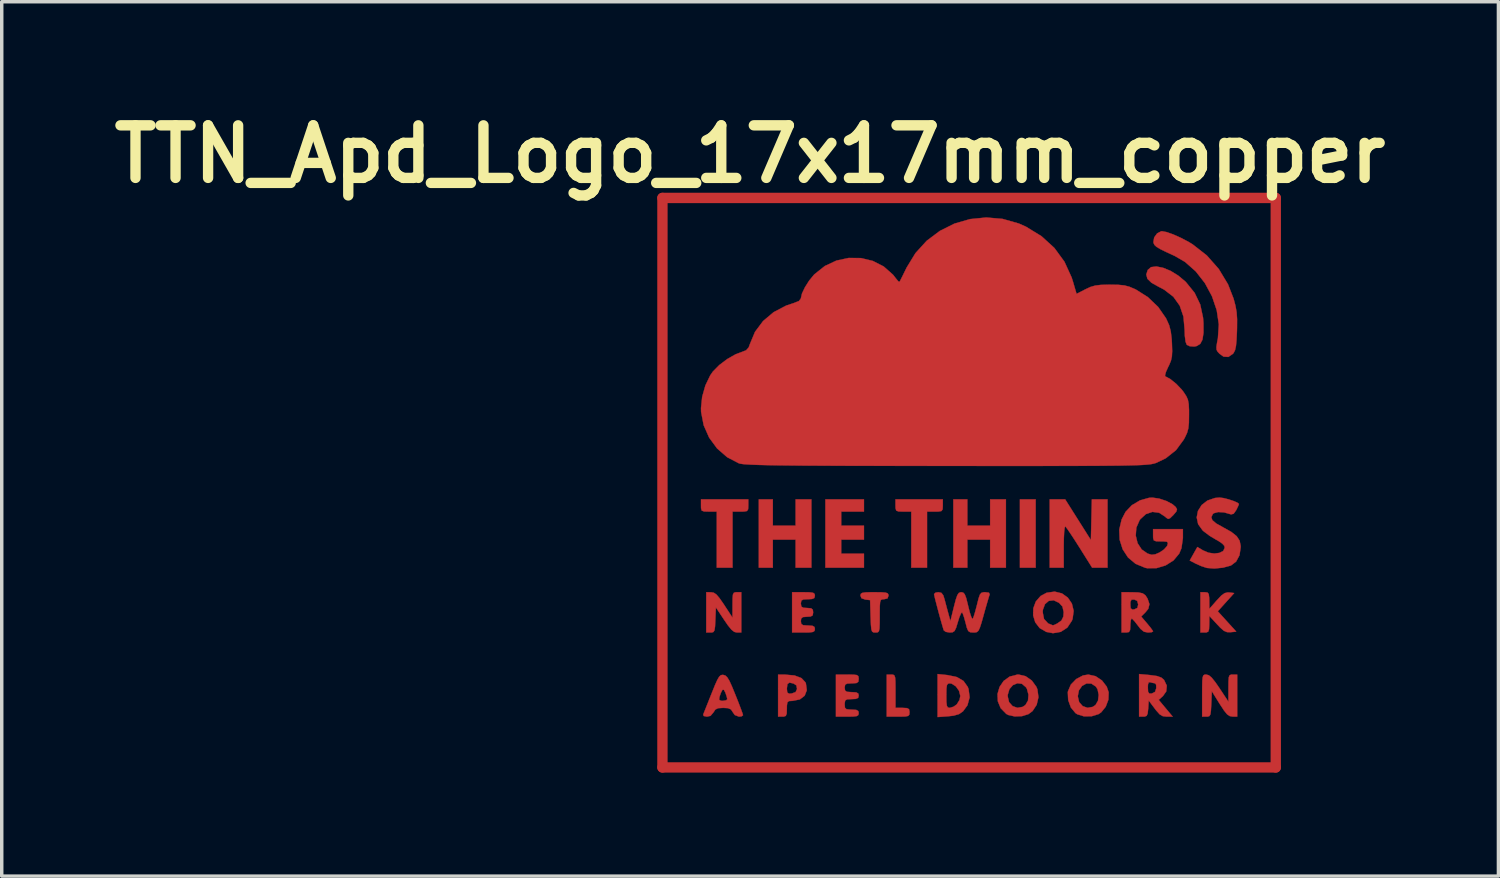
<source format=kicad_pcb>
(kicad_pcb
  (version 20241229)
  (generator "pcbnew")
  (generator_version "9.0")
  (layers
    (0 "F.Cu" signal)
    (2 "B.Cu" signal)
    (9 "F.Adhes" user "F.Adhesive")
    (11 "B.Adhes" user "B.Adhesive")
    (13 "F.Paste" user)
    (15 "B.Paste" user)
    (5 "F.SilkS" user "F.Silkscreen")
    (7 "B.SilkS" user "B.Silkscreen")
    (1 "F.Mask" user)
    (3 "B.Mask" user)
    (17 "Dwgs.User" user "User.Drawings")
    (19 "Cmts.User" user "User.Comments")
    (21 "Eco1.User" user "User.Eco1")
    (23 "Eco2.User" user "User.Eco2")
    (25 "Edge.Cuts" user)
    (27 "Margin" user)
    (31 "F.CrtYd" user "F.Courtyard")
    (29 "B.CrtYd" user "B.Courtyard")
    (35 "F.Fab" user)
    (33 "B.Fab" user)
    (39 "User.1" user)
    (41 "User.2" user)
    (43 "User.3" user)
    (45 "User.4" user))
  (footprint "TTN_Apd_Logo_17x17mm_copper"
    (layer "F.Cu")
    (at 25.044 10.308)
    (property "Reference" "TTN_Apd_Logo_17x17mm_copper" (at -6.35 -8.89 0) (layer "F.SilkS") (effects (font (size 1.524 1.524) (thickness 0.3))))
    (attr through_hole)
    (fp_line (start -8.89 -7.62) (end -8.89 8.89) (stroke (width 0.3) (type solid)) (layer "F.Cu"))
    (fp_line (start -8.89 8.89) (end 8.89 8.89) (stroke (width 0.3) (type solid)) (layer "F.Cu"))
    (fp_line (start 8.89 -7.62) (end -8.89 -7.62) (stroke (width 0.3) (type solid)) (layer "F.Cu"))
    (fp_line (start 8.89 8.89) (end 8.89 -7.62) (stroke (width 0.3) (type solid)) (layer "F.Cu"))
    (fp_poly (pts (xy 1.93 3.099) (xy 1.473 3.099) (xy 1.473 1.118) (xy 1.93 1.118) (xy 1.93 3.099)) (stroke (width 0.01) (type solid)) (fill yes) (layer "F.Cu"))
    (fp_poly (pts (xy -5.69 1.88) (xy -5.029 1.88) (xy -5.029 1.118) (xy -4.572 1.118) (xy -4.572 3.099) (xy -5.029 3.099) (xy -5.029 2.286) (xy -5.69 2.286) (xy -5.69 3.099) (xy -6.096 3.099) (xy -6.096 1.118) (xy -5.69 1.118) (xy -5.69 1.88)) (stroke (width 0.01) (type solid)) (fill yes) (layer "F.Cu"))
    (fp_poly (pts (xy -3.048 1.473) (xy -3.708 1.473) (xy -3.708 1.88) (xy -3.048 1.88) (xy -3.048 2.286) (xy -3.708 2.286) (xy -3.708 2.692) (xy -3.048 2.692) (xy -3.048 3.099) (xy -4.166 3.099) (xy -4.166 1.118) (xy -3.048 1.118) (xy -3.048 1.473)) (stroke (width 0.01) (type solid)) (fill yes) (layer "F.Cu"))
    (fp_poly (pts (xy -0.051 1.88) (xy 0.61 1.88) (xy 0.61 1.118) (xy 1.067 1.118) (xy 1.067 3.099) (xy 0.61 3.099) (xy 0.61 2.286) (xy -0.051 2.286) (xy -0.051 3.099) (xy -0.457 3.099) (xy -0.457 1.118) (xy -0.051 1.118) (xy -0.051 1.88)) (stroke (width 0.01) (type solid)) (fill yes) (layer "F.Cu"))
    (fp_poly (pts (xy -6.401 1.295) (xy -6.406 1.405) (xy -6.439 1.456) (xy -6.528 1.472) (xy -6.629 1.473) (xy -6.858 1.473) (xy -6.858 3.099) (xy -7.315 3.099) (xy -7.315 1.473) (xy -7.544 1.473) (xy -7.684 1.469) (xy -7.751 1.444) (xy -7.771 1.375) (xy -7.772 1.295) (xy -7.772 1.118) (xy -6.401 1.118) (xy -6.401 1.295)) (stroke (width 0.01) (type solid)) (fill yes) (layer "F.Cu"))
    (fp_poly (pts (xy -0.762 1.295) (xy -0.767 1.405) (xy -0.8 1.456) (xy -0.889 1.472) (xy -0.991 1.473) (xy -1.219 1.473) (xy -1.219 3.099) (xy -1.676 3.099) (xy -1.676 1.473) (xy -1.905 1.473) (xy -2.045 1.469) (xy -2.112 1.444) (xy -2.132 1.375) (xy -2.134 1.295) (xy -2.134 1.118) (xy -0.762 1.118) (xy -0.762 1.295)) (stroke (width 0.01) (type solid)) (fill yes) (layer "F.Cu"))
    (fp_poly (pts (xy -2.202 6.201) (xy -2.165 6.224) (xy -2.144 6.285) (xy -2.136 6.403) (xy -2.134 6.599) (xy -2.134 6.68) (xy -2.134 7.163) (xy -1.93 7.163) (xy -1.799 7.17) (xy -1.741 7.202) (xy -1.727 7.279) (xy -1.727 7.29) (xy -1.733 7.358) (xy -1.766 7.396) (xy -1.848 7.413) (xy -2.003 7.417) (xy -2.057 7.417) (xy -2.388 7.417) (xy -2.388 6.198) (xy -2.261 6.198) (xy -2.202 6.201)) (stroke (width 0.01) (type solid)) (fill yes) (layer "F.Cu"))
    (fp_poly (pts (xy 3.158 1.708) (xy 3.531 2.299) (xy 3.559 1.118) (xy 4.013 1.118) (xy 4.013 3.099) (xy 3.567 3.099) (xy 3.2 2.514) (xy 3.062 2.297) (xy 2.941 2.113) (xy 2.848 1.977) (xy 2.794 1.907) (xy 2.788 1.901) (xy 2.771 1.938) (xy 2.756 2.058) (xy 2.747 2.243) (xy 2.743 2.476) (xy 2.743 2.486) (xy 2.743 3.099) (xy 2.337 3.099) (xy 2.337 1.118) (xy 2.785 1.118) (xy 3.158 1.708)) (stroke (width 0.01) (type solid)) (fill yes) (layer "F.Cu"))
    (fp_poly (pts (xy -6.604 4.978) (xy -6.731 4.978) (xy -6.807 4.96) (xy -6.889 4.896) (xy -6.992 4.77) (xy -7.099 4.614) (xy -7.341 4.25) (xy -7.356 4.614) (xy -7.365 4.803) (xy -7.381 4.912) (xy -7.411 4.963) (xy -7.463 4.978) (xy -7.495 4.978) (xy -7.62 4.978) (xy -7.62 3.81) (xy -7.48 3.811) (xy -7.402 3.825) (xy -7.326 3.876) (xy -7.236 3.982) (xy -7.114 4.157) (xy -7.1 4.179) (xy -6.859 4.547) (xy -6.858 4.178) (xy -6.856 3.988) (xy -6.846 3.878) (xy -6.82 3.827) (xy -6.77 3.811) (xy -6.731 3.81) (xy -6.604 3.81) (xy -6.604 4.978)) (stroke (width 0.01) (type solid)) (fill yes) (layer "F.Cu"))
    (fp_poly (pts (xy 6.91 3.819) (xy 6.947 3.864) (xy 6.96 3.97) (xy 6.962 4.051) (xy 6.964 4.293) (xy 7.18 4.047) (xy 7.311 3.908) (xy 7.409 3.837) (xy 7.499 3.816) (xy 7.541 3.818) (xy 7.685 3.835) (xy 7.447 4.099) (xy 7.209 4.363) (xy 7.477 4.658) (xy 7.745 4.953) (xy 7.579 4.969) (xy 7.477 4.967) (xy 7.386 4.928) (xy 7.279 4.835) (xy 7.189 4.74) (xy 6.964 4.496) (xy 6.962 4.737) (xy 6.956 4.883) (xy 6.932 4.954) (xy 6.875 4.977) (xy 6.833 4.978) (xy 6.706 4.978) (xy 6.706 3.81) (xy 6.833 3.81) (xy 6.91 3.819)) (stroke (width 0.01) (type solid)) (fill yes) (layer "F.Cu"))
    (fp_poly (pts (xy 5.623 -5.595) (xy 5.839 -5.506) (xy 6.06 -5.371) (xy 6.269 -5.197) (xy 6.289 -5.176) (xy 6.539 -4.867) (xy 6.7 -4.532) (xy 6.782 -4.15) (xy 6.794 -3.993) (xy 6.795 -3.71) (xy 6.765 -3.512) (xy 6.7 -3.388) (xy 6.594 -3.325) (xy 6.526 -3.312) (xy 6.397 -3.321) (xy 6.312 -3.361) (xy 6.276 -3.45) (xy 6.254 -3.622) (xy 6.248 -3.796) (xy 6.214 -4.181) (xy 6.106 -4.498) (xy 5.921 -4.756) (xy 5.653 -4.962) (xy 5.504 -5.04) (xy 5.29 -5.159) (xy 5.169 -5.276) (xy 5.137 -5.401) (xy 5.179 -5.532) (xy 5.275 -5.614) (xy 5.429 -5.633) (xy 5.623 -5.595)) (stroke (width 0.01) (type solid)) (fill yes) (layer "F.Cu"))
    (fp_poly (pts (xy -5.347 6.198) (xy -5.06 6.224) (xy -4.858 6.301) (xy -4.742 6.427) (xy -4.731 6.455) (xy -4.705 6.651) (xy -4.767 6.81) (xy -4.906 6.917) (xy -5.112 6.959) (xy -5.127 6.96) (xy -5.223 6.966) (xy -5.269 7.003) (xy -5.282 7.1) (xy -5.283 7.188) (xy -5.288 7.329) (xy -5.314 7.396) (xy -5.376 7.416) (xy -5.41 7.417) (xy -5.537 7.417) (xy -5.537 6.61) (xy -5.283 6.61) (xy -5.272 6.717) (xy -5.22 6.751) (xy -5.144 6.747) (xy -5.029 6.705) (xy -4.988 6.616) (xy -5.007 6.511) (xy -5.089 6.457) (xy -5.208 6.43) (xy -5.267 6.474) (xy -5.283 6.601) (xy -5.283 6.61) (xy -5.537 6.61) (xy -5.537 6.198) (xy -5.347 6.198)) (stroke (width 0.01) (type solid)) (fill yes) (layer "F.Cu"))
    (fp_poly (pts (xy -2.541 3.812) (xy -2.419 3.822) (xy -2.359 3.844) (xy -2.338 3.885) (xy -2.337 3.912) (xy -2.367 3.991) (xy -2.464 4.013) (xy -2.523 4.017) (xy -2.56 4.039) (xy -2.58 4.1) (xy -2.589 4.219) (xy -2.591 4.414) (xy -2.591 4.496) (xy -2.592 4.719) (xy -2.598 4.86) (xy -2.614 4.938) (xy -2.645 4.971) (xy -2.696 4.978) (xy -2.716 4.978) (xy -2.775 4.974) (xy -2.812 4.949) (xy -2.834 4.883) (xy -2.846 4.758) (xy -2.854 4.553) (xy -2.856 4.508) (xy -2.87 4.039) (xy -3.01 4.023) (xy -3.12 3.984) (xy -3.15 3.908) (xy -3.14 3.859) (xy -3.099 3.83) (xy -3.005 3.815) (xy -2.838 3.81) (xy -2.743 3.81) (xy -2.541 3.812)) (stroke (width 0.01) (type solid)) (fill yes) (layer "F.Cu"))
    (fp_poly (pts (xy -0.625 6.213) (xy -0.354 6.27) (xy -0.163 6.382) (xy -0.04 6.554) (xy -0.016 6.617) (xy 0.015 6.857) (xy -0.048 7.088) (xy -0.178 7.265) (xy -0.294 7.344) (xy -0.45 7.389) (xy -0.61 7.407) (xy -0.914 7.429) (xy -0.914 6.807) (xy -0.66 6.807) (xy -0.658 6.994) (xy -0.645 7.101) (xy -0.617 7.15) (xy -0.567 7.163) (xy -0.559 7.163) (xy -0.448 7.128) (xy -0.356 7.061) (xy -0.278 6.933) (xy -0.254 6.817) (xy -0.292 6.668) (xy -0.386 6.537) (xy -0.508 6.46) (xy -0.561 6.452) (xy -0.613 6.462) (xy -0.643 6.506) (xy -0.657 6.607) (xy -0.66 6.786) (xy -0.66 6.807) (xy -0.914 6.807) (xy -0.914 6.183) (xy -0.625 6.213)) (stroke (width 0.01) (type solid)) (fill yes) (layer "F.Cu"))
    (fp_poly (pts (xy 7.772 7.417) (xy 7.633 7.415) (xy 7.554 7.4) (xy 7.48 7.349) (xy 7.393 7.243) (xy 7.277 7.066) (xy 7.264 7.046) (xy 7.036 6.68) (xy 7.021 7.048) (xy 7.011 7.238) (xy 6.996 7.349) (xy 6.967 7.4) (xy 6.915 7.416) (xy 6.881 7.417) (xy 6.756 7.417) (xy 6.756 6.807) (xy 6.757 6.55) (xy 6.761 6.378) (xy 6.772 6.274) (xy 6.793 6.22) (xy 6.827 6.2) (xy 6.876 6.198) (xy 6.95 6.218) (xy 7.033 6.287) (xy 7.14 6.421) (xy 7.257 6.591) (xy 7.518 6.985) (xy 7.518 6.591) (xy 7.52 6.394) (xy 7.529 6.276) (xy 7.552 6.219) (xy 7.596 6.199) (xy 7.645 6.198) (xy 7.772 6.198) (xy 7.772 7.417)) (stroke (width 0.01) (type solid)) (fill yes) (layer "F.Cu"))
    (fp_poly (pts (xy 2.691 3.845) (xy 2.862 3.967) (xy 2.98 4.141) (xy 3.031 4.352) (xy 3 4.583) (xy 2.98 4.636) (xy 2.847 4.836) (xy 2.658 4.959) (xy 2.433 4.998) (xy 2.24 4.962) (xy 2.045 4.849) (xy 1.917 4.682) (xy 1.857 4.483) (xy 1.859 4.394) (xy 2.134 4.394) (xy 2.172 4.586) (xy 2.291 4.715) (xy 2.429 4.771) (xy 2.481 4.754) (xy 2.556 4.717) (xy 2.677 4.631) (xy 2.732 4.519) (xy 2.742 4.385) (xy 2.706 4.225) (xy 2.608 4.118) (xy 2.453 4.044) (xy 2.31 4.061) (xy 2.199 4.157) (xy 2.139 4.319) (xy 2.134 4.394) (xy 1.859 4.394) (xy 1.862 4.275) (xy 1.934 4.08) (xy 2.073 3.92) (xy 2.248 3.826) (xy 2.481 3.793) (xy 2.691 3.845)) (stroke (width 0.01) (type solid)) (fill yes) (layer "F.Cu"))
    (fp_poly (pts (xy -4.622 3.813) (xy -4.522 3.827) (xy -4.479 3.859) (xy -4.47 3.912) (xy -4.487 3.978) (xy -4.556 4.007) (xy -4.674 4.013) (xy -4.805 4.02) (xy -4.863 4.053) (xy -4.877 4.129) (xy -4.877 4.14) (xy -4.864 4.226) (xy -4.804 4.261) (xy -4.699 4.267) (xy -4.579 4.277) (xy -4.53 4.319) (xy -4.521 4.394) (xy -4.534 4.48) (xy -4.594 4.515) (xy -4.699 4.521) (xy -4.819 4.531) (xy -4.868 4.573) (xy -4.877 4.648) (xy -4.866 4.73) (xy -4.813 4.766) (xy -4.691 4.775) (xy -4.674 4.775) (xy -4.541 4.784) (xy -4.482 4.818) (xy -4.47 4.877) (xy -4.481 4.932) (xy -4.527 4.962) (xy -4.63 4.976) (xy -4.801 4.978) (xy -5.131 4.978) (xy -5.131 3.81) (xy -4.801 3.81) (xy -4.622 3.813)) (stroke (width 0.01) (type solid)) (fill yes) (layer "F.Cu"))
    (fp_poly (pts (xy 3.665 6.244) (xy 3.851 6.368) (xy 3.989 6.546) (xy 4.046 6.712) (xy 4.038 6.925) (xy 3.96 7.131) (xy 3.829 7.292) (xy 3.755 7.343) (xy 3.549 7.407) (xy 3.328 7.408) (xy 3.136 7.348) (xy 3.084 7.314) (xy 2.951 7.153) (xy 2.873 6.938) (xy 2.867 6.827) (xy 3.15 6.827) (xy 3.19 6.996) (xy 3.292 7.112) (xy 3.433 7.162) (xy 3.585 7.134) (xy 3.666 7.079) (xy 3.737 6.955) (xy 3.757 6.789) (xy 3.725 6.627) (xy 3.675 6.545) (xy 3.543 6.458) (xy 3.402 6.456) (xy 3.274 6.527) (xy 3.183 6.657) (xy 3.15 6.827) (xy 2.867 6.827) (xy 2.862 6.712) (xy 2.867 6.681) (xy 2.95 6.488) (xy 3.105 6.328) (xy 3.301 6.224) (xy 3.457 6.198) (xy 3.665 6.244)) (stroke (width 0.01) (type solid)) (fill yes) (layer "F.Cu"))
    (fp_poly (pts (xy 1.638 6.245) (xy 1.818 6.371) (xy 1.951 6.554) (xy 1.981 6.63) (xy 2.01 6.854) (xy 1.959 7.073) (xy 1.84 7.254) (xy 1.719 7.345) (xy 1.532 7.403) (xy 1.323 7.411) (xy 1.139 7.37) (xy 1.078 7.338) (xy 0.915 7.171) (xy 0.833 6.972) (xy 0.827 6.827) (xy 1.118 6.827) (xy 1.158 6.996) (xy 1.26 7.112) (xy 1.401 7.162) (xy 1.553 7.134) (xy 1.634 7.079) (xy 1.708 6.951) (xy 1.722 6.782) (xy 1.677 6.613) (xy 1.648 6.565) (xy 1.531 6.465) (xy 1.398 6.449) (xy 1.269 6.504) (xy 1.169 6.619) (xy 1.12 6.784) (xy 1.118 6.827) (xy 0.827 6.827) (xy 0.824 6.76) (xy 0.883 6.557) (xy 1.002 6.382) (xy 1.176 6.256) (xy 1.398 6.199) (xy 1.439 6.198) (xy 1.638 6.245)) (stroke (width 0.01) (type solid)) (fill yes) (layer "F.Cu"))
    (fp_poly (pts (xy 5.244 6.212) (xy 5.445 6.24) (xy 5.572 6.285) (xy 5.651 6.352) (xy 5.731 6.519) (xy 5.715 6.686) (xy 5.618 6.822) (xy 5.496 6.931) (xy 5.699 7.174) (xy 5.902 7.417) (xy 5.729 7.417) (xy 5.617 7.404) (xy 5.525 7.351) (xy 5.423 7.237) (xy 5.382 7.183) (xy 5.207 6.95) (xy 5.192 7.183) (xy 5.176 7.327) (xy 5.145 7.395) (xy 5.081 7.416) (xy 5.052 7.417) (xy 4.928 7.417) (xy 4.928 6.577) (xy 5.182 6.577) (xy 5.189 6.699) (xy 5.224 6.747) (xy 5.296 6.747) (xy 5.391 6.698) (xy 5.426 6.591) (xy 5.422 6.491) (xy 5.392 6.452) (xy 5.304 6.435) (xy 5.262 6.421) (xy 5.208 6.42) (xy 5.185 6.487) (xy 5.182 6.577) (xy 4.928 6.577) (xy 4.928 6.183) (xy 5.244 6.212)) (stroke (width 0.01) (type solid)) (fill yes) (layer "F.Cu"))
    (fp_poly (pts (xy -3.353 6.2) (xy -3.254 6.212) (xy -3.211 6.244) (xy -3.201 6.304) (xy -3.2 6.325) (xy -3.211 6.406) (xy -3.264 6.443) (xy -3.386 6.452) (xy -3.404 6.452) (xy -3.535 6.459) (xy -3.593 6.491) (xy -3.607 6.568) (xy -3.607 6.579) (xy -3.596 6.66) (xy -3.543 6.697) (xy -3.421 6.706) (xy -3.404 6.706) (xy -3.271 6.714) (xy -3.212 6.749) (xy -3.2 6.807) (xy -3.217 6.874) (xy -3.286 6.903) (xy -3.404 6.909) (xy -3.534 6.915) (xy -3.592 6.947) (xy -3.606 7.028) (xy -3.607 7.061) (xy -3.599 7.159) (xy -3.555 7.202) (xy -3.447 7.213) (xy -3.404 7.214) (xy -3.271 7.222) (xy -3.212 7.257) (xy -3.2 7.315) (xy -3.211 7.37) (xy -3.257 7.401) (xy -3.36 7.414) (xy -3.531 7.417) (xy -3.861 7.417) (xy -3.861 6.198) (xy -3.531 6.198) (xy -3.353 6.2)) (stroke (width 0.01) (type solid)) (fill yes) (layer "F.Cu"))
    (fp_poly (pts (xy 4.712 3.811) (xy 4.908 3.817) (xy 5.032 3.843) (xy 5.112 3.9) (xy 5.174 3.997) (xy 5.228 4.156) (xy 5.194 4.292) (xy 5.111 4.394) (xy 4.989 4.515) (xy 5.161 4.717) (xy 5.259 4.836) (xy 5.321 4.923) (xy 5.334 4.948) (xy 5.29 4.97) (xy 5.185 4.978) (xy 5.071 4.956) (xy 4.97 4.875) (xy 4.893 4.776) (xy 4.802 4.658) (xy 4.733 4.585) (xy 4.712 4.573) (xy 4.688 4.617) (xy 4.675 4.73) (xy 4.674 4.775) (xy 4.667 4.906) (xy 4.634 4.964) (xy 4.558 4.978) (xy 4.547 4.978) (xy 4.42 4.978) (xy 4.42 4.166) (xy 4.674 4.166) (xy 4.684 4.276) (xy 4.731 4.312) (xy 4.788 4.309) (xy 4.879 4.265) (xy 4.902 4.166) (xy 4.874 4.061) (xy 4.788 4.022) (xy 4.708 4.026) (xy 4.677 4.087) (xy 4.674 4.166) (xy 4.42 4.166) (xy 4.42 3.81) (xy 4.712 3.811)) (stroke (width 0.01) (type solid)) (fill yes) (layer "F.Cu"))
    (fp_poly (pts (xy 5.729 -6.629) (xy 5.921 -6.561) (xy 6.143 -6.461) (xy 6.367 -6.343) (xy 6.479 -6.275) (xy 6.891 -5.953) (xy 7.237 -5.561) (xy 7.506 -5.115) (xy 7.667 -4.701) (xy 7.722 -4.494) (xy 7.755 -4.308) (xy 7.769 -4.106) (xy 7.767 -3.851) (xy 7.765 -3.759) (xy 7.753 -3.502) (xy 7.736 -3.325) (xy 7.71 -3.208) (xy 7.671 -3.13) (xy 7.65 -3.103) (xy 7.516 -3.011) (xy 7.377 -3.019) (xy 7.264 -3.099) (xy 7.204 -3.163) (xy 7.174 -3.22) (xy 7.17 -3.3) (xy 7.19 -3.433) (xy 7.213 -3.552) (xy 7.24 -3.952) (xy 7.179 -4.364) (xy 7.041 -4.77) (xy 6.836 -5.151) (xy 6.572 -5.489) (xy 6.26 -5.765) (xy 5.96 -5.939) (xy 5.712 -6.053) (xy 5.542 -6.137) (xy 5.435 -6.201) (xy 5.376 -6.255) (xy 5.349 -6.31) (xy 5.343 -6.341) (xy 5.366 -6.475) (xy 5.451 -6.592) (xy 5.568 -6.653) (xy 5.594 -6.655) (xy 5.729 -6.629)) (stroke (width 0.01) (type solid)) (fill yes) (layer "F.Cu"))
    (fp_poly (pts (xy -7.123 6.208) (xy -7.064 6.227) (xy -7.01 6.279) (xy -6.949 6.379) (xy -6.873 6.545) (xy -6.777 6.78) (xy -6.689 7.001) (xy -6.618 7.187) (xy -6.57 7.32) (xy -6.553 7.376) (xy -6.596 7.408) (xy -6.672 7.417) (xy -6.793 7.37) (xy -6.849 7.29) (xy -6.903 7.208) (xy -6.989 7.171) (xy -7.128 7.163) (xy -7.276 7.172) (xy -7.358 7.212) (xy -7.408 7.29) (xy -7.496 7.394) (xy -7.599 7.417) (xy -7.696 7.398) (xy -7.707 7.353) (xy -7.679 7.283) (xy -7.622 7.14) (xy -7.544 6.945) (xy -7.538 6.929) (xy -7.247 6.929) (xy -7.191 6.958) (xy -7.141 6.96) (xy -7.044 6.944) (xy -7.01 6.912) (xy -7.027 6.834) (xy -7.065 6.722) (xy -7.109 6.638) (xy -7.152 6.641) (xy -7.2 6.736) (xy -7.236 6.845) (xy -7.247 6.929) (xy -7.538 6.929) (xy -7.463 6.741) (xy -7.368 6.506) (xy -7.298 6.35) (xy -7.244 6.258) (xy -7.196 6.215) (xy -7.144 6.206) (xy -7.123 6.208)) (stroke (width 0.01) (type solid)) (fill yes) (layer "F.Cu"))
    (fp_poly (pts (xy 5.51 1.096) (xy 5.72 1.166) (xy 5.9 1.262) (xy 5.989 1.34) (xy 6.027 1.405) (xy 6.007 1.472) (xy 5.921 1.572) (xy 5.829 1.662) (xy 5.771 1.686) (xy 5.714 1.65) (xy 5.686 1.622) (xy 5.508 1.506) (xy 5.314 1.481) (xy 5.124 1.546) (xy 4.961 1.696) (xy 4.942 1.723) (xy 4.848 1.938) (xy 4.831 2.169) (xy 4.884 2.388) (xy 5.003 2.571) (xy 5.173 2.689) (xy 5.291 2.725) (xy 5.397 2.712) (xy 5.518 2.66) (xy 5.649 2.572) (xy 5.737 2.474) (xy 5.747 2.451) (xy 5.764 2.381) (xy 5.735 2.347) (xy 5.636 2.337) (xy 5.561 2.337) (xy 5.421 2.333) (xy 5.355 2.307) (xy 5.335 2.237) (xy 5.334 2.159) (xy 5.334 1.981) (xy 6.198 1.981) (xy 6.198 2.241) (xy 6.156 2.535) (xy 6.09 2.692) (xy 5.925 2.889) (xy 5.696 3.033) (xy 5.433 3.112) (xy 5.164 3.114) (xy 5.105 3.102) (xy 4.828 2.988) (xy 4.608 2.804) (xy 4.452 2.565) (xy 4.365 2.291) (xy 4.353 1.997) (xy 4.422 1.701) (xy 4.536 1.48) (xy 4.718 1.288) (xy 4.958 1.146) (xy 5.221 1.073) (xy 5.312 1.068) (xy 5.51 1.096)) (stroke (width 0.01) (type solid)) (fill yes) (layer "F.Cu"))
    (fp_poly (pts (xy 7.375 1.081) (xy 7.521 1.118) (xy 7.666 1.166) (xy 7.778 1.214) (xy 7.823 1.252) (xy 7.823 1.253) (xy 7.802 1.308) (xy 7.751 1.415) (xy 7.744 1.429) (xy 7.669 1.535) (xy 7.594 1.554) (xy 7.578 1.549) (xy 7.392 1.496) (xy 7.22 1.486) (xy 7.094 1.52) (xy 7.066 1.543) (xy 7.022 1.634) (xy 7.051 1.721) (xy 7.163 1.817) (xy 7.361 1.928) (xy 7.601 2.062) (xy 7.756 2.185) (xy 7.842 2.315) (xy 7.873 2.466) (xy 7.874 2.501) (xy 7.839 2.738) (xy 7.74 2.923) (xy 7.59 3.036) (xy 7.584 3.038) (xy 7.357 3.099) (xy 7.111 3.123) (xy 6.899 3.107) (xy 6.883 3.103) (xy 6.729 3.052) (xy 6.568 2.98) (xy 6.564 2.978) (xy 6.397 2.891) (xy 6.507 2.695) (xy 6.617 2.499) (xy 6.776 2.595) (xy 6.94 2.665) (xy 7.109 2.689) (xy 7.258 2.67) (xy 7.366 2.615) (xy 7.41 2.526) (xy 7.4 2.467) (xy 7.34 2.401) (xy 7.221 2.32) (xy 7.153 2.283) (xy 6.976 2.177) (xy 6.807 2.05) (xy 6.769 2.017) (xy 6.64 1.837) (xy 6.598 1.643) (xy 6.635 1.453) (xy 6.742 1.283) (xy 6.909 1.153) (xy 7.128 1.078) (xy 7.262 1.067) (xy 7.375 1.081)) (stroke (width 0.01) (type solid)) (fill yes) (layer "F.Cu"))
    (fp_poly (pts (xy 0.575 3.824) (xy 0.596 3.871) (xy 0.593 3.882) (xy 0.568 3.96) (xy 0.524 4.111) (xy 0.466 4.311) (xy 0.423 4.467) (xy 0.359 4.695) (xy 0.311 4.842) (xy 0.27 4.927) (xy 0.225 4.966) (xy 0.166 4.978) (xy 0.123 4.978) (xy 0.032 4.971) (xy -0.024 4.935) (xy -0.064 4.844) (xy -0.102 4.697) (xy -0.145 4.54) (xy -0.184 4.428) (xy -0.205 4.393) (xy -0.236 4.426) (xy -0.282 4.533) (xy -0.326 4.675) (xy -0.377 4.842) (xy -0.421 4.933) (xy -0.477 4.971) (xy -0.562 4.978) (xy -0.563 4.978) (xy -0.677 4.959) (xy -0.735 4.915) (xy -0.775 4.781) (xy -0.827 4.6) (xy -0.883 4.395) (xy -0.936 4.194) (xy -0.981 4.021) (xy -1.009 3.902) (xy -1.016 3.864) (xy -0.973 3.823) (xy -0.891 3.81) (xy -0.804 3.828) (xy -0.749 3.899) (xy -0.713 4.013) (xy -0.663 4.202) (xy -0.609 4.403) (xy -0.601 4.432) (xy -0.542 4.648) (xy -0.439 4.229) (xy -0.385 4.022) (xy -0.341 3.896) (xy -0.298 3.832) (xy -0.246 3.811) (xy -0.227 3.81) (xy -0.17 3.822) (xy -0.126 3.871) (xy -0.085 3.977) (xy -0.039 4.159) (xy -0.025 4.218) (xy 0.021 4.399) (xy 0.064 4.529) (xy 0.096 4.587) (xy 0.104 4.586) (xy 0.132 4.52) (xy 0.174 4.383) (xy 0.222 4.203) (xy 0.228 4.178) (xy 0.275 3.99) (xy 0.313 3.88) (xy 0.357 3.828) (xy 0.42 3.811) (xy 0.468 3.81) (xy 0.575 3.824)) (stroke (width 0.01) (type solid)) (fill yes) (layer "F.Cu"))
    (fp_poly (pts (xy 0.972 -7.012) (xy 1.44 -6.879) (xy 1.647 -6.787) (xy 2.099 -6.51) (xy 2.472 -6.17) (xy 2.764 -5.771) (xy 2.973 -5.314) (xy 3.009 -5.201) (xy 3.115 -4.839) (xy 3.374 -4.972) (xy 3.518 -5.039) (xy 3.655 -5.079) (xy 3.818 -5.099) (xy 4.042 -5.105) (xy 4.089 -5.105) (xy 4.327 -5.101) (xy 4.5 -5.084) (xy 4.645 -5.046) (xy 4.797 -4.982) (xy 4.837 -4.963) (xy 5.183 -4.744) (xy 5.482 -4.458) (xy 5.709 -4.13) (xy 5.72 -4.107) (xy 5.799 -3.932) (xy 5.846 -3.753) (xy 5.873 -3.533) (xy 5.88 -3.404) (xy 5.887 -3.18) (xy 5.879 -3.023) (xy 5.85 -2.896) (xy 5.795 -2.766) (xy 5.77 -2.718) (xy 5.707 -2.578) (xy 5.68 -2.479) (xy 5.688 -2.448) (xy 5.836 -2.367) (xy 6.006 -2.229) (xy 6.164 -2.064) (xy 6.221 -1.989) (xy 6.297 -1.873) (xy 6.343 -1.769) (xy 6.366 -1.647) (xy 6.375 -1.473) (xy 6.375 -1.329) (xy 6.372 -1.101) (xy 6.355 -0.939) (xy 6.318 -0.807) (xy 6.253 -0.669) (xy 6.226 -0.619) (xy 5.999 -0.309) (xy 5.702 -0.073) (xy 5.434 0.056) (xy 5.392 0.071) (xy 5.344 0.084) (xy 5.285 0.096) (xy 5.209 0.106) (xy 5.111 0.115) (xy 4.984 0.123) (xy 4.822 0.129) (xy 4.621 0.134) (xy 4.374 0.139) (xy 4.076 0.142) (xy 3.721 0.145) (xy 3.303 0.147) (xy 2.816 0.148) (xy 2.255 0.149) (xy 1.615 0.15) (xy 0.889 0.15) (xy 0.071 0.149) (xy -0.648 0.149) (xy -1.563 0.148) (xy -2.382 0.147) (xy -3.109 0.146) (xy -3.751 0.144) (xy -4.313 0.141) (xy -4.799 0.139) (xy -5.215 0.135) (xy -5.567 0.131) (xy -5.86 0.126) (xy -6.098 0.12) (xy -6.288 0.113) (xy -6.434 0.105) (xy -6.543 0.097) (xy -6.618 0.087) (xy -6.666 0.076) (xy -6.672 0.074) (xy -7.014 -0.104) (xy -7.306 -0.358) (xy -7.537 -0.673) (xy -7.695 -1.032) (xy -7.769 -1.417) (xy -7.772 -1.527) (xy -7.738 -1.855) (xy -7.645 -2.184) (xy -7.505 -2.475) (xy -7.426 -2.589) (xy -7.242 -2.775) (xy -7.01 -2.95) (xy -6.767 -3.088) (xy -6.601 -3.15) (xy -6.464 -3.203) (xy -6.39 -3.286) (xy -6.355 -3.382) (xy -6.206 -3.738) (xy -5.973 -4.05) (xy -5.667 -4.308) (xy -5.303 -4.499) (xy -5.092 -4.569) (xy -4.935 -4.63) (xy -4.877 -4.704) (xy -4.877 -4.71) (xy -4.844 -4.85) (xy -4.758 -5.031) (xy -4.637 -5.222) (xy -4.498 -5.392) (xy -4.482 -5.408) (xy -4.181 -5.647) (xy -3.845 -5.804) (xy -3.49 -5.88) (xy -3.133 -5.876) (xy -2.79 -5.793) (xy -2.475 -5.632) (xy -2.205 -5.393) (xy -2.112 -5.274) (xy -2.05 -5.2) (xy -2.018 -5.185) (xy -1.99 -5.238) (xy -1.929 -5.359) (xy -1.846 -5.528) (xy -1.813 -5.597) (xy -1.554 -6.021) (xy -1.229 -6.378) (xy -0.848 -6.664) (xy -0.426 -6.875) (xy 0.027 -7.006) (xy 0.497 -7.053) (xy 0.972 -7.012)) (stroke (width 0.01) (type solid)) (fill yes) (layer "F.Cu")))
  (gr_rect
    (start -3 -3)
    (end 40.389 22.348)
    (stroke (width 0.1) (type default))
    (fill no)
    (layer "Edge.Cuts")))
</source>
